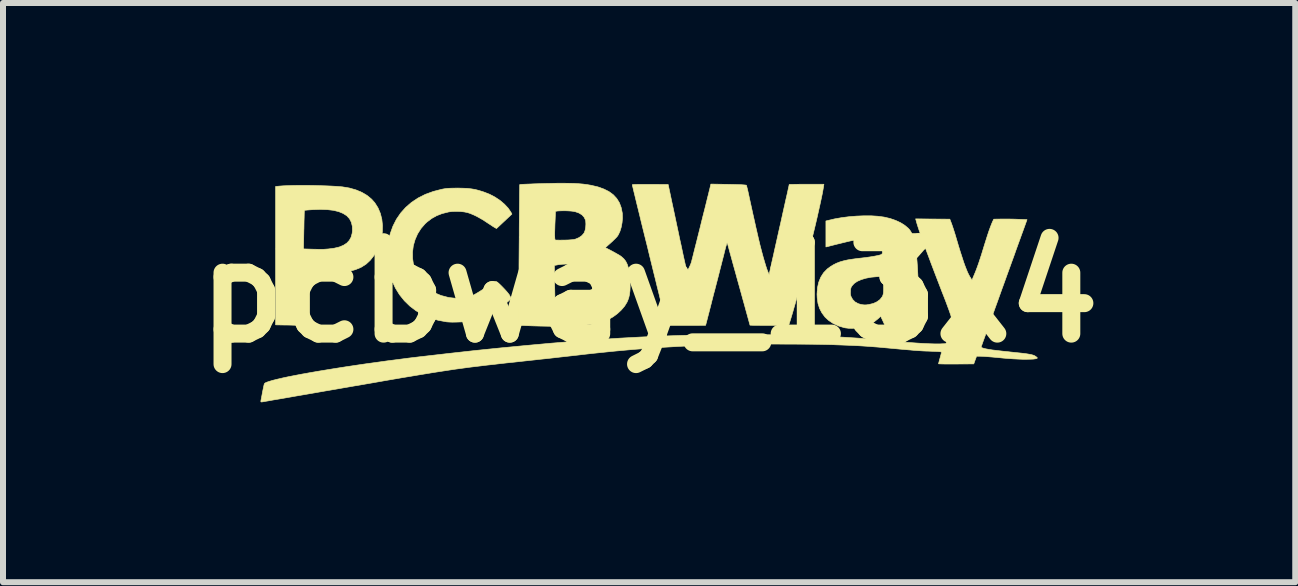
<source format=kicad_pcb>
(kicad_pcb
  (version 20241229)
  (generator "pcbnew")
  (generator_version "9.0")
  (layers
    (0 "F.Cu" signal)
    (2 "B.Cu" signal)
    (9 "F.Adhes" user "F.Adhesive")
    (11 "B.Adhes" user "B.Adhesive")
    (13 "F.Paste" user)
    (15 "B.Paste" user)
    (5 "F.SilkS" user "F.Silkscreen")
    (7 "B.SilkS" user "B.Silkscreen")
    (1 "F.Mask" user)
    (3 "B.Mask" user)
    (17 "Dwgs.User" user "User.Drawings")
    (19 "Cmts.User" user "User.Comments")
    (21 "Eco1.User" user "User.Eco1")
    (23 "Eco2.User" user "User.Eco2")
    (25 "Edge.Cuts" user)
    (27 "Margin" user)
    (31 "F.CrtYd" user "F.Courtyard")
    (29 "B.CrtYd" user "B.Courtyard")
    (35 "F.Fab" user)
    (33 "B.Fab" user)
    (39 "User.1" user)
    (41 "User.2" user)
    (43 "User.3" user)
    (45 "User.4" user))
  (footprint "pcbway_13x4"
    (layer "F.Cu")
    (at 7.772 1.823)
    (property "Reference" "pcbway_13x4" (at 0 0 0) (layer "F.SilkS") (effects (font (size 1.524 1.524) (thickness 0.3))))
    (attr through_hole)
    (fp_poly (pts (xy -5.611 -1.781) (xy -5.504 -1.778) (xy -5.4 -1.775) (xy -5.303 -1.771) (xy -5.216 -1.766) (xy -5.141 -1.76) (xy -5.115 -1.758) (xy -4.996 -1.738) (xy -4.887 -1.707) (xy -4.789 -1.666) (xy -4.701 -1.614) (xy -4.626 -1.552) (xy -4.573 -1.492) (xy -4.52 -1.408) (xy -4.481 -1.316) (xy -4.456 -1.218) (xy -4.445 -1.115) (xy -4.447 -1.009) (xy -4.464 -0.901) (xy -4.496 -0.794) (xy -4.532 -0.709) (xy -4.585 -0.615) (xy -4.648 -0.535) (xy -4.719 -0.469) (xy -4.801 -0.417) (xy -4.892 -0.379) (xy -4.905 -0.375) (xy -4.943 -0.364) (xy -4.981 -0.354) (xy -5.021 -0.347) (xy -5.065 -0.341) (xy -5.115 -0.336) (xy -5.174 -0.332) (xy -5.244 -0.328) (xy -5.326 -0.325) (xy -5.42 -0.323) (xy -5.49 -0.321) (xy -5.556 -0.319) (xy -5.615 -0.318) (xy -5.665 -0.317) (xy -5.704 -0.316) (xy -5.73 -0.315) (xy -5.74 -0.315) (xy -5.76 -0.314) (xy -5.76 0.552) (xy -5.838 0.55) (xy -5.874 0.549) (xy -5.921 0.549) (xy -5.976 0.547) (xy -6.034 0.546) (xy -6.072 0.546) (xy -6.227 0.543) (xy -6.227 -0.723) (xy -5.762 -0.723) (xy -5.669 -0.72) (xy -5.6 -0.718) (xy -5.544 -0.717) (xy -5.5 -0.716) (xy -5.464 -0.716) (xy -5.433 -0.716) (xy -5.405 -0.718) (xy -5.377 -0.72) (xy -5.348 -0.722) (xy -5.249 -0.735) (xy -5.165 -0.755) (xy -5.095 -0.784) (xy -5.04 -0.82) (xy -4.998 -0.865) (xy -4.968 -0.919) (xy -4.951 -0.982) (xy -4.946 -1.024) (xy -4.948 -1.1) (xy -4.964 -1.167) (xy -4.994 -1.225) (xy -4.996 -1.228) (xy -5.041 -1.276) (xy -5.1 -1.314) (xy -5.173 -1.344) (xy -5.261 -1.366) (xy -5.364 -1.378) (xy -5.481 -1.382) (xy -5.602 -1.378) (xy -5.649 -1.375) (xy -5.69 -1.372) (xy -5.722 -1.369) (xy -5.742 -1.367) (xy -5.747 -1.366) (xy -5.748 -1.357) (xy -5.749 -1.333) (xy -5.75 -1.296) (xy -5.751 -1.248) (xy -5.753 -1.19) (xy -5.754 -1.124) (xy -5.755 -1.053) (xy -5.756 -1.043) (xy -5.762 -0.723) (xy -6.227 -0.723) (xy -6.227 -1.764) (xy -6.165 -1.77) (xy -6.098 -1.775) (xy -6.017 -1.778) (xy -5.925 -1.781) (xy -5.824 -1.782) (xy -5.719 -1.782) (xy -5.611 -1.781)) (stroke (width 0.01) (type solid)) (fill yes) (layer "F.SilkS"))
    (fp_poly (pts (xy -3.186 -1.737) (xy -3.1 -1.735) (xy -3.027 -1.732) (xy -2.962 -1.724) (xy -2.901 -1.714) (xy -2.839 -1.698) (xy -2.771 -1.677) (xy -2.759 -1.673) (xy -2.661 -1.635) (xy -2.569 -1.587) (xy -2.485 -1.531) (xy -2.412 -1.469) (xy -2.35 -1.403) (xy -2.305 -1.337) (xy -2.287 -1.304) (xy -2.544 -1.063) (xy -2.568 -1.076) (xy -2.583 -1.085) (xy -2.609 -1.101) (xy -2.643 -1.124) (xy -2.682 -1.149) (xy -2.7 -1.161) (xy -2.773 -1.209) (xy -2.847 -1.251) (xy -2.918 -1.287) (xy -2.982 -1.314) (xy -3.028 -1.329) (xy -3.083 -1.34) (xy -3.147 -1.347) (xy -3.216 -1.349) (xy -3.282 -1.347) (xy -3.341 -1.34) (xy -3.348 -1.338) (xy -3.452 -1.312) (xy -3.544 -1.276) (xy -3.626 -1.23) (xy -3.702 -1.172) (xy -3.734 -1.143) (xy -3.804 -1.062) (xy -3.86 -0.973) (xy -3.902 -0.877) (xy -3.931 -0.776) (xy -3.944 -0.671) (xy -3.943 -0.565) (xy -3.928 -0.459) (xy -3.896 -0.355) (xy -3.865 -0.283) (xy -3.81 -0.192) (xy -3.743 -0.113) (xy -3.664 -0.045) (xy -3.573 0.01) (xy -3.471 0.053) (xy -3.358 0.083) (xy -3.327 0.089) (xy -3.217 0.101) (xy -3.115 0.098) (xy -3.018 0.08) (xy -2.948 0.056) (xy -2.923 0.044) (xy -2.887 0.024) (xy -2.845 -0.001) (xy -2.799 -0.03) (xy -2.761 -0.054) (xy -2.697 -0.097) (xy -2.645 -0.13) (xy -2.605 -0.153) (xy -2.575 -0.169) (xy -2.555 -0.177) (xy -2.547 -0.178) (xy -2.535 -0.172) (xy -2.515 -0.156) (xy -2.489 -0.132) (xy -2.458 -0.102) (xy -2.426 -0.069) (xy -2.395 -0.036) (xy -2.367 -0.004) (xy -2.345 0.023) (xy -2.33 0.043) (xy -2.33 0.044) (xy -2.316 0.07) (xy -2.305 0.092) (xy -2.301 0.102) (xy -2.306 0.112) (xy -2.324 0.129) (xy -2.351 0.153) (xy -2.385 0.181) (xy -2.424 0.212) (xy -2.467 0.244) (xy -2.51 0.276) (xy -2.552 0.306) (xy -2.591 0.331) (xy -2.611 0.344) (xy -2.708 0.395) (xy -2.815 0.437) (xy -2.933 0.469) (xy -2.992 0.481) (xy -3.036 0.487) (xy -3.091 0.492) (xy -3.154 0.495) (xy -3.219 0.497) (xy -3.281 0.498) (xy -3.335 0.496) (xy -3.376 0.493) (xy -3.516 0.467) (xy -3.648 0.428) (xy -3.772 0.374) (xy -3.886 0.308) (xy -3.989 0.23) (xy -4.081 0.14) (xy -4.162 0.039) (xy -4.23 -0.071) (xy -4.285 -0.192) (xy -4.326 -0.321) (xy -4.346 -0.412) (xy -4.354 -0.477) (xy -4.359 -0.552) (xy -4.36 -0.633) (xy -4.359 -0.714) (xy -4.353 -0.788) (xy -4.346 -0.843) (xy -4.316 -0.977) (xy -4.271 -1.102) (xy -4.213 -1.217) (xy -4.141 -1.322) (xy -4.057 -1.416) (xy -3.96 -1.5) (xy -3.851 -1.572) (xy -3.73 -1.633) (xy -3.598 -1.681) (xy -3.455 -1.718) (xy -3.454 -1.718) (xy -3.417 -1.725) (xy -3.383 -1.73) (xy -3.348 -1.733) (xy -3.307 -1.735) (xy -3.258 -1.736) (xy -3.196 -1.737) (xy -3.186 -1.737)) (stroke (width 0.01) (type solid)) (fill yes) (layer "F.SilkS"))
    (fp_poly (pts (xy 3.701 -1.275) (xy 3.811 -1.268) (xy 3.909 -1.255) (xy 3.921 -1.253) (xy 4.019 -1.23) (xy 4.111 -1.198) (xy 4.193 -1.16) (xy 4.264 -1.115) (xy 4.322 -1.066) (xy 4.345 -1.04) (xy 4.37 -1.001) (xy 4.392 -0.952) (xy 4.411 -0.892) (xy 4.428 -0.819) (xy 4.443 -0.733) (xy 4.456 -0.633) (xy 4.467 -0.519) (xy 4.476 -0.388) (xy 4.477 -0.361) (xy 4.481 -0.289) (xy 4.483 -0.212) (xy 4.484 -0.131) (xy 4.484 -0.047) (xy 4.483 0.037) (xy 4.481 0.12) (xy 4.479 0.201) (xy 4.476 0.278) (xy 4.472 0.348) (xy 4.467 0.411) (xy 4.462 0.464) (xy 4.457 0.507) (xy 4.451 0.537) (xy 4.444 0.553) (xy 4.44 0.554) (xy 4.431 0.554) (xy 4.406 0.553) (xy 4.369 0.553) (xy 4.321 0.553) (xy 4.265 0.552) (xy 4.203 0.552) (xy 4.183 0.552) (xy 3.932 0.552) (xy 3.898 0.478) (xy 3.883 0.446) (xy 3.871 0.421) (xy 3.864 0.405) (xy 3.862 0.402) (xy 3.855 0.406) (xy 3.84 0.42) (xy 3.818 0.44) (xy 3.811 0.446) (xy 3.739 0.503) (xy 3.657 0.548) (xy 3.581 0.576) (xy 3.525 0.589) (xy 3.46 0.597) (xy 3.391 0.601) (xy 3.325 0.6) (xy 3.268 0.593) (xy 3.254 0.59) (xy 3.157 0.561) (xy 3.069 0.52) (xy 2.992 0.468) (xy 2.933 0.413) (xy 2.881 0.343) (xy 2.842 0.269) (xy 2.816 0.187) (xy 2.803 0.095) (xy 2.8 0.03) (xy 2.803 -0.008) (xy 3.356 -0.008) (xy 3.357 0.032) (xy 3.364 0.064) (xy 3.364 0.065) (xy 3.393 0.119) (xy 3.433 0.16) (xy 3.485 0.189) (xy 3.525 0.201) (xy 3.562 0.208) (xy 3.592 0.211) (xy 3.622 0.21) (xy 3.659 0.205) (xy 3.67 0.203) (xy 3.74 0.186) (xy 3.8 0.158) (xy 3.849 0.122) (xy 3.885 0.077) (xy 3.896 0.055) (xy 3.902 0.036) (xy 3.907 0.012) (xy 3.909 -0.02) (xy 3.91 -0.065) (xy 3.909 -0.089) (xy 3.909 -0.134) (xy 3.907 -0.176) (xy 3.905 -0.21) (xy 3.903 -0.232) (xy 3.903 -0.233) (xy 3.897 -0.266) (xy 3.798 -0.26) (xy 3.7 -0.251) (xy 3.612 -0.234) (xy 3.535 -0.211) (xy 3.47 -0.182) (xy 3.419 -0.147) (xy 3.383 -0.107) (xy 3.367 -0.08) (xy 3.359 -0.048) (xy 3.356 -0.008) (xy 2.803 -0.008) (xy 2.807 -0.074) (xy 2.828 -0.167) (xy 2.862 -0.251) (xy 2.909 -0.325) (xy 2.971 -0.389) (xy 3.025 -0.429) (xy 3.074 -0.459) (xy 3.124 -0.484) (xy 3.18 -0.506) (xy 3.242 -0.524) (xy 3.313 -0.54) (xy 3.396 -0.553) (xy 3.493 -0.566) (xy 3.525 -0.569) (xy 3.61 -0.579) (xy 3.687 -0.59) (xy 3.754 -0.601) (xy 3.81 -0.612) (xy 3.851 -0.622) (xy 3.867 -0.628) (xy 3.884 -0.64) (xy 3.891 -0.66) (xy 3.887 -0.691) (xy 3.878 -0.723) (xy 3.851 -0.777) (xy 3.812 -0.819) (xy 3.759 -0.851) (xy 3.694 -0.872) (xy 3.617 -0.881) (xy 3.54 -0.881) (xy 3.496 -0.877) (xy 3.453 -0.872) (xy 3.409 -0.866) (xy 3.36 -0.857) (xy 3.304 -0.844) (xy 3.238 -0.828) (xy 3.158 -0.808) (xy 3.156 -0.808) (xy 3.104 -0.795) (xy 3.057 -0.783) (xy 3.017 -0.773) (xy 2.988 -0.765) (xy 2.972 -0.761) (xy 2.971 -0.761) (xy 2.948 -0.756) (xy 2.948 -1.189) (xy 2.98 -1.197) (xy 3.09 -1.223) (xy 3.209 -1.244) (xy 3.333 -1.26) (xy 3.459 -1.27) (xy 3.582 -1.275) (xy 3.701 -1.275)) (stroke (width 0.01) (type solid)) (fill yes) (layer "F.SilkS"))
    (fp_poly (pts (xy -1.341 -1.817) (xy -1.251 -1.815) (xy -1.172 -1.81) (xy -1.1 -1.804) (xy -1.032 -1.795) (xy -0.968 -1.784) (xy -0.853 -1.757) (xy -0.753 -1.721) (xy -0.668 -1.678) (xy -0.596 -1.625) (xy -0.539 -1.563) (xy -0.495 -1.492) (xy -0.465 -1.411) (xy -0.447 -1.321) (xy -0.446 -1.308) (xy -0.444 -1.234) (xy -0.451 -1.158) (xy -0.465 -1.084) (xy -0.486 -1.016) (xy -0.513 -0.959) (xy -0.524 -0.941) (xy -0.539 -0.922) (xy -0.564 -0.896) (xy -0.596 -0.865) (xy -0.631 -0.832) (xy -0.639 -0.825) (xy -0.73 -0.744) (xy -0.619 -0.687) (xy -0.575 -0.663) (xy -0.533 -0.639) (xy -0.496 -0.618) (xy -0.47 -0.601) (xy -0.465 -0.597) (xy -0.424 -0.561) (xy -0.39 -0.518) (xy -0.364 -0.466) (xy -0.344 -0.403) (xy -0.33 -0.329) (xy -0.321 -0.24) (xy -0.318 -0.176) (xy -0.316 -0.092) (xy -0.319 -0.022) (xy -0.327 0.038) (xy -0.339 0.091) (xy -0.357 0.141) (xy -0.369 0.167) (xy -0.409 0.232) (xy -0.463 0.295) (xy -0.527 0.355) (xy -0.6 0.409) (xy -0.638 0.431) (xy -0.706 0.464) (xy -0.79 0.493) (xy -0.886 0.518) (xy -0.994 0.539) (xy -1.11 0.555) (xy -1.166 0.56) (xy -1.215 0.563) (xy -1.278 0.565) (xy -1.354 0.567) (xy -1.439 0.567) (xy -1.532 0.567) (xy -1.631 0.567) (xy -1.733 0.565) (xy -1.835 0.563) (xy -1.936 0.56) (xy -1.962 0.559) (xy -2.02 0.557) (xy -2.071 0.555) (xy -2.115 0.553) (xy -2.147 0.551) (xy -2.167 0.55) (xy -2.172 0.549) (xy -2.173 0.54) (xy -2.173 0.516) (xy -2.173 0.477) (xy -2.173 0.424) (xy -2.173 0.359) (xy -2.173 0.283) (xy -2.172 0.198) (xy -2.172 0.103) (xy -2.171 0.001) (xy -2.171 -0.107) (xy -2.17 -0.221) (xy -2.169 -0.338) (xy -2.169 -0.413) (xy -1.579 -0.413) (xy -1.579 -0.376) (xy -1.579 -0.328) (xy -1.578 -0.272) (xy -1.577 -0.208) (xy -1.576 -0.162) (xy -1.569 0.118) (xy -1.526 0.121) (xy -1.466 0.124) (xy -1.402 0.126) (xy -1.337 0.125) (xy -1.278 0.123) (xy -1.229 0.12) (xy -1.216 0.119) (xy -1.138 0.104) (xy -1.073 0.082) (xy -1.02 0.051) (xy -0.978 0.01) (xy -0.971 0.001) (xy -0.946 -0.038) (xy -0.93 -0.084) (xy -0.919 -0.138) (xy -0.916 -0.205) (xy -0.915 -0.225) (xy -0.916 -0.318) (xy -0.953 -0.35) (xy -0.997 -0.382) (xy -1.052 -0.413) (xy -1.112 -0.438) (xy -1.168 -0.455) (xy -1.211 -0.463) (xy -1.265 -0.468) (xy -1.327 -0.47) (xy -1.39 -0.47) (xy -1.451 -0.467) (xy -1.504 -0.461) (xy -1.512 -0.46) (xy -1.543 -0.454) (xy -1.566 -0.45) (xy -1.578 -0.447) (xy -1.578 -0.446) (xy -1.579 -0.437) (xy -1.579 -0.413) (xy -2.169 -0.413) (xy -2.169 -0.458) (xy -2.168 -0.58) (xy -2.167 -0.702) (xy -2.166 -0.824) (xy -2.165 -0.943) (xy -2.165 -0.955) (xy -1.574 -0.955) (xy -1.574 -0.921) (xy -1.572 -0.897) (xy -1.569 -0.882) (xy -1.566 -0.873) (xy -1.563 -0.871) (xy -1.551 -0.87) (xy -1.524 -0.87) (xy -1.487 -0.869) (xy -1.443 -0.87) (xy -1.41 -0.87) (xy -1.343 -0.872) (xy -1.292 -0.876) (xy -1.253 -0.881) (xy -1.226 -0.887) (xy -1.17 -0.911) (xy -1.122 -0.944) (xy -1.088 -0.983) (xy -1.08 -0.997) (xy -1.066 -1.036) (xy -1.057 -1.086) (xy -1.054 -1.138) (xy -1.057 -1.186) (xy -1.061 -1.205) (xy -1.083 -1.251) (xy -1.118 -1.29) (xy -1.168 -1.321) (xy -1.23 -1.343) (xy -1.266 -1.35) (xy -1.299 -1.354) (xy -1.342 -1.357) (xy -1.39 -1.359) (xy -1.439 -1.359) (xy -1.483 -1.358) (xy -1.518 -1.356) (xy -1.536 -1.354) (xy -1.561 -1.349) (xy -1.566 -1.22) (xy -1.57 -1.132) (xy -1.572 -1.059) (xy -1.574 -1.001) (xy -1.574 -0.955) (xy -2.165 -0.955) (xy -2.165 -1.06) (xy -2.164 -1.172) (xy -2.163 -1.279) (xy -2.162 -1.378) (xy -2.161 -1.47) (xy -2.16 -1.553) (xy -2.16 -1.626) (xy -2.159 -1.688) (xy -2.158 -1.736) (xy -2.158 -1.771) (xy -2.157 -1.791) (xy -2.157 -1.796) (xy -2.147 -1.797) (xy -2.123 -1.799) (xy -2.085 -1.801) (xy -2.037 -1.803) (xy -1.98 -1.805) (xy -1.916 -1.808) (xy -1.848 -1.81) (xy -1.778 -1.812) (xy -1.707 -1.814) (xy -1.637 -1.815) (xy -1.572 -1.817) (xy -1.512 -1.818) (xy -1.46 -1.818) (xy -1.444 -1.818) (xy -1.341 -1.817)) (stroke (width 0.01) (type solid)) (fill yes) (layer "F.SilkS"))
    (fp_poly (pts (xy 1.323 -1.799) (xy 1.411 -1.797) (xy 1.484 -1.795) (xy 1.542 -1.793) (xy 1.585 -1.79) (xy 1.612 -1.787) (xy 1.622 -1.785) (xy 1.622 -1.785) (xy 1.626 -1.774) (xy 1.632 -1.749) (xy 1.641 -1.714) (xy 1.651 -1.67) (xy 1.659 -1.633) (xy 1.686 -1.508) (xy 1.71 -1.399) (xy 1.731 -1.303) (xy 1.75 -1.219) (xy 1.766 -1.147) (xy 1.78 -1.083) (xy 1.793 -1.028) (xy 1.804 -0.979) (xy 1.814 -0.936) (xy 1.823 -0.896) (xy 1.832 -0.859) (xy 1.841 -0.822) (xy 1.843 -0.811) (xy 1.864 -0.73) (xy 1.885 -0.65) (xy 1.906 -0.573) (xy 1.927 -0.502) (xy 1.946 -0.439) (xy 1.963 -0.387) (xy 1.978 -0.348) (xy 1.981 -0.34) (xy 2.001 -0.295) (xy 2.029 -0.422) (xy 2.036 -0.451) (xy 2.045 -0.495) (xy 2.058 -0.552) (xy 2.074 -0.621) (xy 2.091 -0.7) (xy 2.111 -0.788) (xy 2.132 -0.882) (xy 2.154 -0.981) (xy 2.177 -1.083) (xy 2.197 -1.17) (xy 2.219 -1.27) (xy 2.24 -1.365) (xy 2.26 -1.454) (xy 2.278 -1.536) (xy 2.295 -1.609) (xy 2.309 -1.671) (xy 2.32 -1.723) (xy 2.329 -1.762) (xy 2.334 -1.787) (xy 2.336 -1.796) (xy 2.336 -1.796) (xy 2.344 -1.798) (xy 2.368 -1.799) (xy 2.404 -1.799) (xy 2.451 -1.8) (xy 2.508 -1.801) (xy 2.572 -1.801) (xy 2.625 -1.801) (xy 2.914 -1.801) (xy 2.909 -1.765) (xy 2.9 -1.712) (xy 2.888 -1.645) (xy 2.871 -1.564) (xy 2.851 -1.471) (xy 2.828 -1.368) (xy 2.803 -1.256) (xy 2.775 -1.136) (xy 2.745 -1.011) (xy 2.713 -0.88) (xy 2.68 -0.747) (xy 2.647 -0.612) (xy 2.613 -0.477) (xy 2.578 -0.344) (xy 2.544 -0.213) (xy 2.511 -0.087) (xy 2.479 0.034) (xy 2.448 0.147) (xy 2.418 0.251) (xy 2.391 0.345) (xy 2.366 0.428) (xy 2.352 0.474) (xy 2.327 0.552) (xy 2.004 0.552) (xy 1.932 0.552) (xy 1.866 0.552) (xy 1.807 0.551) (xy 1.757 0.551) (xy 1.718 0.55) (xy 1.693 0.549) (xy 1.682 0.548) (xy 1.682 0.548) (xy 1.68 0.539) (xy 1.673 0.515) (xy 1.663 0.478) (xy 1.649 0.427) (xy 1.632 0.365) (xy 1.612 0.293) (xy 1.59 0.212) (xy 1.565 0.123) (xy 1.539 0.028) (xy 1.511 -0.073) (xy 1.499 -0.117) (xy 1.47 -0.22) (xy 1.443 -0.319) (xy 1.417 -0.412) (xy 1.393 -0.498) (xy 1.372 -0.576) (xy 1.353 -0.644) (xy 1.337 -0.702) (xy 1.325 -0.748) (xy 1.316 -0.78) (xy 1.311 -0.798) (xy 1.311 -0.801) (xy 1.306 -0.818) (xy 1.301 -0.824) (xy 1.297 -0.816) (xy 1.29 -0.795) (xy 1.28 -0.762) (xy 1.269 -0.72) (xy 1.259 -0.682) (xy 1.251 -0.648) (xy 1.239 -0.6) (xy 1.223 -0.539) (xy 1.205 -0.468) (xy 1.184 -0.387) (xy 1.162 -0.299) (xy 1.138 -0.206) (xy 1.113 -0.11) (xy 1.088 -0.012) (xy 1.083 0.004) (xy 1.059 0.097) (xy 1.037 0.185) (xy 1.016 0.267) (xy 0.997 0.341) (xy 0.98 0.406) (xy 0.966 0.461) (xy 0.955 0.503) (xy 0.947 0.533) (xy 0.943 0.548) (xy 0.943 0.55) (xy 0.935 0.551) (xy 0.911 0.551) (xy 0.875 0.551) (xy 0.827 0.552) (xy 0.769 0.552) (xy 0.703 0.552) (xy 0.632 0.552) (xy 0.617 0.552) (xy 0.292 0.552) (xy 0.269 0.457) (xy 0.265 0.439) (xy 0.26 0.417) (xy 0.254 0.391) (xy 0.246 0.359) (xy 0.237 0.32) (xy 0.226 0.275) (xy 0.212 0.221) (xy 0.197 0.158) (xy 0.179 0.085) (xy 0.159 0.002) (xy 0.135 -0.093) (xy 0.109 -0.201) (xy 0.079 -0.321) (xy 0.046 -0.456) (xy 0.009 -0.606) (xy -0.025 -0.748) (xy -0.064 -0.904) (xy -0.099 -1.045) (xy -0.13 -1.171) (xy -0.157 -1.283) (xy -0.181 -1.381) (xy -0.202 -1.466) (xy -0.22 -1.54) (xy -0.235 -1.603) (xy -0.248 -1.655) (xy -0.258 -1.697) (xy -0.266 -1.731) (xy -0.272 -1.756) (xy -0.277 -1.775) (xy -0.279 -1.786) (xy -0.28 -1.792) (xy -0.28 -1.793) (xy -0.272 -1.795) (xy -0.247 -1.797) (xy -0.207 -1.798) (xy -0.152 -1.799) (xy -0.083 -1.799) (xy 0.000138 -1.799) (xy 0.019 -1.799) (xy 0.318 -1.797) (xy 0.353 -1.631) (xy 0.381 -1.498) (xy 0.409 -1.368) (xy 0.436 -1.241) (xy 0.462 -1.118) (xy 0.487 -1.001) (xy 0.51 -0.89) (xy 0.533 -0.787) (xy 0.553 -0.692) (xy 0.571 -0.607) (xy 0.588 -0.532) (xy 0.602 -0.469) (xy 0.613 -0.419) (xy 0.621 -0.382) (xy 0.627 -0.36) (xy 0.629 -0.354) (xy 0.635 -0.357) (xy 0.646 -0.372) (xy 0.66 -0.397) (xy 0.675 -0.427) (xy 0.69 -0.46) (xy 0.702 -0.492) (xy 0.709 -0.514) (xy 0.714 -0.537) (xy 0.724 -0.574) (xy 0.736 -0.623) (xy 0.751 -0.683) (xy 0.768 -0.751) (xy 0.788 -0.828) (xy 0.808 -0.909) (xy 0.83 -0.996) (xy 0.852 -1.084) (xy 0.874 -1.174) (xy 0.896 -1.263) (xy 0.918 -1.349) (xy 0.939 -1.432) (xy 0.958 -1.509) (xy 0.975 -1.579) (xy 0.991 -1.641) (xy 1.003 -1.692) (xy 1.013 -1.731) (xy 1.019 -1.757) (xy 1.021 -1.766) (xy 1.03 -1.804) (xy 1.323 -1.799)) (stroke (width 0.01) (type solid)) (fill yes) (layer "F.SilkS"))
    (fp_poly (pts (xy 4.729 -1.221) (xy 5.014 -1.219) (xy 5.043 -1.144) (xy 5.054 -1.112) (xy 5.069 -1.068) (xy 5.086 -1.015) (xy 5.104 -0.958) (xy 5.121 -0.9) (xy 5.123 -0.893) (xy 5.158 -0.775) (xy 5.19 -0.671) (xy 5.219 -0.582) (xy 5.244 -0.504) (xy 5.268 -0.438) (xy 5.29 -0.382) (xy 5.31 -0.333) (xy 5.33 -0.292) (xy 5.35 -0.256) (xy 5.358 -0.244) (xy 5.383 -0.202) (xy 5.436 -0.328) (xy 5.454 -0.373) (xy 5.475 -0.43) (xy 5.498 -0.495) (xy 5.521 -0.565) (xy 5.544 -0.635) (xy 5.556 -0.675) (xy 5.586 -0.773) (xy 5.615 -0.865) (xy 5.642 -0.95) (xy 5.667 -1.025) (xy 5.69 -1.088) (xy 5.71 -1.139) (xy 5.725 -1.175) (xy 5.727 -1.18) (xy 5.747 -1.219) (xy 5.874 -1.221) (xy 5.929 -1.221) (xy 5.995 -1.221) (xy 6.063 -1.22) (xy 6.128 -1.218) (xy 6.151 -1.217) (xy 6.301 -1.211) (xy 6.235 -1.028) (xy 6.21 -0.96) (xy 6.182 -0.882) (xy 6.151 -0.797) (xy 6.117 -0.703) (xy 6.082 -0.604) (xy 6.044 -0.5) (xy 6.005 -0.392) (xy 5.965 -0.282) (xy 5.925 -0.17) (xy 5.884 -0.058) (xy 5.844 0.054) (xy 5.805 0.163) (xy 5.766 0.27) (xy 5.73 0.372) (xy 5.695 0.468) (xy 5.663 0.558) (xy 5.633 0.64) (xy 5.607 0.714) (xy 5.584 0.777) (xy 5.565 0.829) (xy 5.551 0.869) (xy 5.541 0.896) (xy 5.537 0.907) (xy 5.537 0.908) (xy 5.54 0.917) (xy 5.553 0.926) (xy 5.577 0.934) (xy 5.614 0.943) (xy 5.663 0.952) (xy 5.726 0.962) (xy 5.804 0.971) (xy 5.896 0.982) (xy 6.005 0.993) (xy 6.01 0.994) (xy 6.103 1.004) (xy 6.181 1.012) (xy 6.245 1.019) (xy 6.297 1.026) (xy 6.339 1.033) (xy 6.371 1.039) (xy 6.397 1.046) (xy 6.417 1.053) (xy 6.433 1.061) (xy 6.44 1.066) (xy 6.46 1.08) (xy 6.472 1.092) (xy 6.473 1.096) (xy 6.465 1.103) (xy 6.442 1.109) (xy 6.404 1.114) (xy 6.355 1.116) (xy 6.296 1.117) (xy 6.228 1.117) (xy 6.153 1.114) (xy 6.072 1.11) (xy 5.987 1.104) (xy 5.901 1.097) (xy 5.853 1.092) (xy 5.788 1.086) (xy 5.723 1.08) (xy 5.662 1.075) (xy 5.609 1.071) (xy 5.566 1.068) (xy 5.544 1.067) (xy 5.46 1.066) (xy 5.436 1.13) (xy 5.413 1.194) (xy 5.119 1.196) (xy 5.05 1.196) (xy 4.987 1.196) (xy 4.932 1.196) (xy 4.886 1.195) (xy 4.852 1.194) (xy 4.831 1.193) (xy 4.825 1.192) (xy 4.828 1.181) (xy 4.834 1.158) (xy 4.842 1.126) (xy 4.851 1.096) (xy 4.861 1.059) (xy 4.869 1.027) (xy 4.875 1.005) (xy 4.876 0.997) (xy 4.868 0.994) (xy 4.845 0.99) (xy 4.805 0.987) (xy 4.749 0.985) (xy 4.696 0.983) (xy 4.652 0.981) (xy 4.61 0.98) (xy 4.566 0.978) (xy 4.521 0.975) (xy 4.471 0.972) (xy 4.415 0.968) (xy 4.352 0.962) (xy 4.28 0.956) (xy 4.197 0.949) (xy 4.102 0.94) (xy 3.992 0.93) (xy 3.903 0.922) (xy 3.818 0.914) (xy 3.738 0.908) (xy 3.662 0.902) (xy 3.586 0.897) (xy 3.507 0.892) (xy 3.424 0.888) (xy 3.334 0.884) (xy 3.233 0.88) (xy 3.119 0.876) (xy 3.054 0.873) (xy 2.972 0.871) (xy 2.876 0.869) (xy 2.769 0.867) (xy 2.651 0.866) (xy 2.526 0.865) (xy 2.395 0.864) (xy 2.26 0.864) (xy 2.123 0.863) (xy 1.986 0.863) (xy 1.851 0.864) (xy 1.72 0.864) (xy 1.595 0.865) (xy 1.478 0.867) (xy 1.37 0.868) (xy 1.275 0.87) (xy 1.193 0.872) (xy 1.151 0.874) (xy 0.921 0.883) (xy 0.706 0.892) (xy 0.504 0.902) (xy 0.312 0.913) (xy 0.128 0.924) (xy -0.05 0.937) (xy -0.225 0.95) (xy -0.398 0.965) (xy -0.572 0.981) (xy -0.749 0.999) (xy -0.932 1.018) (xy -1.122 1.039) (xy -1.168 1.045) (xy -1.232 1.052) (xy -1.311 1.061) (xy -1.4 1.071) (xy -1.499 1.082) (xy -1.603 1.094) (xy -1.71 1.106) (xy -1.817 1.117) (xy -1.922 1.129) (xy -1.971 1.134) (xy -2.117 1.15) (xy -2.252 1.165) (xy -2.378 1.178) (xy -2.494 1.191) (xy -2.603 1.204) (xy -2.706 1.215) (xy -2.804 1.227) (xy -2.897 1.238) (xy -2.987 1.249) (xy -3.076 1.261) (xy -3.164 1.273) (xy -3.253 1.285) (xy -3.343 1.299) (xy -3.436 1.313) (xy -3.533 1.328) (xy -3.635 1.344) (xy -3.744 1.362) (xy -3.859 1.381) (xy -3.984 1.402) (xy -4.118 1.424) (xy -4.263 1.449) (xy -4.42 1.476) (xy -4.59 1.506) (xy -4.775 1.538) (xy -4.975 1.572) (xy -4.995 1.576) (xy -5.09 1.592) (xy -5.197 1.611) (xy -5.314 1.631) (xy -5.437 1.652) (xy -5.561 1.674) (xy -5.683 1.695) (xy -5.799 1.715) (xy -5.904 1.733) (xy -5.994 1.749) (xy -6.08 1.764) (xy -6.161 1.778) (xy -6.234 1.79) (xy -6.298 1.801) (xy -6.352 1.811) (xy -6.394 1.818) (xy -6.422 1.823) (xy -6.433 1.825) (xy -6.459 1.829) (xy -6.471 1.827) (xy -6.473 1.823) (xy -6.472 1.808) (xy -6.467 1.781) (xy -6.46 1.745) (xy -6.452 1.702) (xy -6.444 1.658) (xy -6.435 1.614) (xy -6.427 1.576) (xy -6.42 1.545) (xy -6.415 1.527) (xy -6.414 1.524) (xy -6.401 1.512) (xy -6.373 1.499) (xy -6.328 1.484) (xy -6.27 1.467) (xy -6.197 1.449) (xy -6.112 1.429) (xy -6.014 1.408) (xy -5.906 1.387) (xy -5.786 1.364) (xy -5.657 1.341) (xy -5.519 1.317) (xy -5.373 1.293) (xy -5.219 1.268) (xy -5.059 1.243) (xy -4.893 1.218) (xy -4.723 1.193) (xy -4.547 1.169) (xy -4.369 1.144) (xy -4.188 1.121) (xy -4.005 1.097) (xy -3.821 1.075) (xy -3.785 1.071) (xy -3.333 1.019) (xy -2.891 0.97) (xy -2.459 0.926) (xy -2.039 0.886) (xy -1.631 0.849) (xy -1.236 0.817) (xy -0.854 0.789) (xy -0.486 0.765) (xy -0.133 0.746) (xy 0.204 0.731) (xy 0.513 0.72) (xy 0.825 0.712) (xy 1.139 0.707) (xy 1.452 0.705) (xy 1.764 0.706) (xy 2.072 0.709) (xy 2.375 0.715) (xy 2.672 0.724) (xy 2.96 0.735) (xy 3.237 0.749) (xy 3.504 0.766) (xy 3.756 0.785) (xy 3.994 0.806) (xy 4.001 0.807) (xy 4.158 0.822) (xy 4.305 0.835) (xy 4.44 0.845) (xy 4.563 0.853) (xy 4.673 0.858) (xy 4.768 0.861) (xy 4.848 0.861) (xy 4.885 0.859) (xy 4.948 0.857) (xy 4.993 0.74) (xy 5.014 0.683) (xy 5.03 0.638) (xy 5.042 0.602) (xy 5.049 0.574) (xy 5.053 0.549) (xy 5.054 0.525) (xy 5.054 0.514) (xy 5.054 0.494) (xy 5.051 0.472) (xy 5.047 0.448) (xy 5.04 0.42) (xy 5.031 0.387) (xy 5.017 0.346) (xy 5 0.297) (xy 4.978 0.238) (xy 4.952 0.167) (xy 4.92 0.084) (xy 4.888 0.003) (xy 4.822 -0.169) (xy 4.76 -0.33) (xy 4.703 -0.48) (xy 4.652 -0.617) (xy 4.605 -0.742) (xy 4.565 -0.854) (xy 4.53 -0.952) (xy 4.501 -1.036) (xy 4.478 -1.106) (xy 4.461 -1.161) (xy 4.46 -1.166) (xy 4.444 -1.224) (xy 4.729 -1.221)) (stroke (width 0.01) (type solid)) (fill yes) (layer "F.SilkS")))
  (gr_rect
    (start -3 -3)
    (end 18.545 6.657)
    (stroke (width 0.1) (type default))
    (fill no)
    (layer "Edge.Cuts")))
</source>
